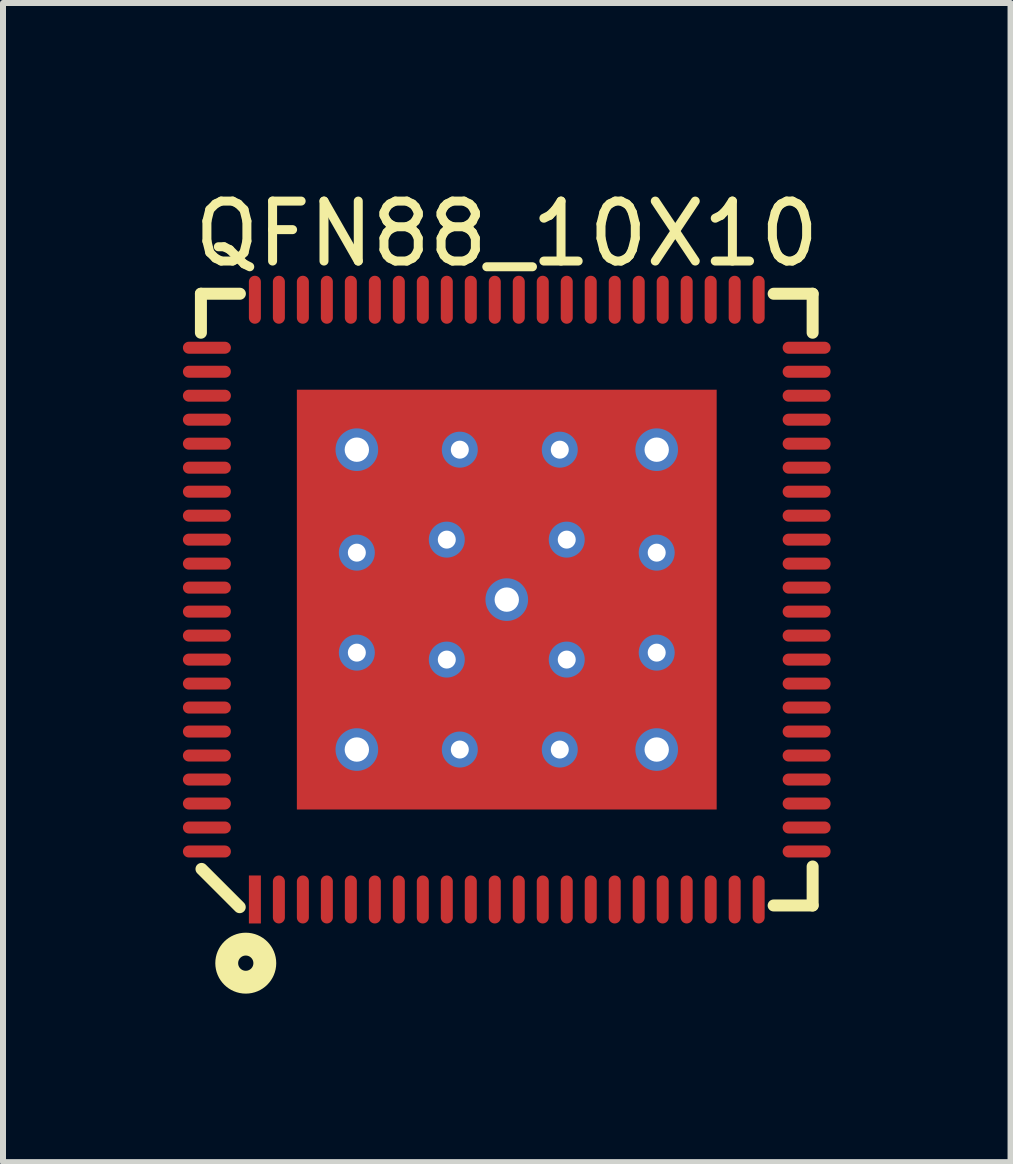
<source format=kicad_pcb>
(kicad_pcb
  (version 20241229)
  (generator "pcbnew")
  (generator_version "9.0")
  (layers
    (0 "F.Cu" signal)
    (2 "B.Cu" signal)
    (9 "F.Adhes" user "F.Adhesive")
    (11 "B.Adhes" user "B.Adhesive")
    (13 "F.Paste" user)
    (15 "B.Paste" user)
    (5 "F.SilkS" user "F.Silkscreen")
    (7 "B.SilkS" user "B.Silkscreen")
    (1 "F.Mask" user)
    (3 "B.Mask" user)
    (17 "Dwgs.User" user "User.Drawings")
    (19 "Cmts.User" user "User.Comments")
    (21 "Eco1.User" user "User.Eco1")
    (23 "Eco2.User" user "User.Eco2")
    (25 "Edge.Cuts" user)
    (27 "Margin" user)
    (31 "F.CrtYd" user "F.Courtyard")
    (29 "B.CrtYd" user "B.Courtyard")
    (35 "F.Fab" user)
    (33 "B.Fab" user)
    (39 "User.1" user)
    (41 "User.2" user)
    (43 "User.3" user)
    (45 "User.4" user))
  (footprint "QFN88_10X10"
    (layer "F.Cu")
    (at 5.4 6.948)
    (property "Reference" "QFN88_10X10" (at -0.000005 -6.1 0) (layer "F.SilkS") (effects (font (size 1 1) (thickness 0.15))))
    (fp_line (start -5.1 -5.1) (end -4.45 -5.1) (stroke (width 0.2) (type solid)) (layer "F.SilkS"))
    (fp_line (start -5.1 -4.45) (end -5.1 -5.1) (stroke (width 0.2) (type solid)) (layer "F.SilkS"))
    (fp_line (start -5.089 4.492) (end -4.454 5.127) (stroke (width 0.203) (type solid)) (layer "F.SilkS"))
    (fp_line (start 4.45 -5.1) (end 5.1 -5.1) (stroke (width 0.2) (type solid)) (layer "F.SilkS"))
    (fp_line (start 4.45 5.1) (end 5.1 5.1) (stroke (width 0.2) (type solid)) (layer "F.SilkS"))
    (fp_line (start 5.1 -4.45) (end 5.1 -5.1) (stroke (width 0.2) (type solid)) (layer "F.SilkS"))
    (fp_line (start 5.1 5.1) (end 5.1 4.45) (stroke (width 0.2) (type solid)) (layer "F.SilkS"))
    (fp_circle (center -4.352 6.062) (end -4.352 5.935) (stroke (width 0.381) (type solid)) (fill no) (layer "F.SilkS"))
    (pad "0" thru_hole circle (at -2.5 -2.5 270) (size 0.711 0.711) (drill 0.406) (layers "*.Cu" "*.Mask"))
    (pad "0" thru_hole circle (at -2.5 -0.783) (size 0.6 0.6) (drill 0.3) (layers "*.Cu"))
    (pad "0" thru_hole circle (at -2.5 0.884) (size 0.6 0.6) (drill 0.3) (layers "*.Cu"))
    (pad "0" thru_hole circle (at -2.5 2.5 270) (size 0.711 0.711) (drill 0.406) (layers "*.Cu" "*.Mask"))
    (pad "0" thru_hole circle (at -1 -1) (size 0.6 0.6) (drill 0.3) (layers "*.Cu"))
    (pad "0" thru_hole circle (at -1 1) (size 0.6 0.6) (drill 0.3) (layers "*.Cu"))
    (pad "0" thru_hole circle (at -0.783 -2.5) (size 0.6 0.6) (drill 0.3) (layers "*.Cu"))
    (pad "0" thru_hole circle (at -0.783 2.5) (size 0.6 0.6) (drill 0.3) (layers "*.Cu"))
    (pad "0" smd rect (at -0.00001 -0.00001 90) (size 7 7) (layers "F.Cu" "F.Mask" "F.Paste"))
    (pad "0" thru_hole circle (at 0 -0.00001 270) (size 0.711 0.711) (drill 0.406) (layers "*.Cu" "*.Mask"))
    (pad "0" thru_hole circle (at 0.884 -2.5) (size 0.6 0.6) (drill 0.3) (layers "*.Cu"))
    (pad "0" thru_hole circle (at 0.884 2.5) (size 0.6 0.6) (drill 0.3) (layers "*.Cu"))
    (pad "0" thru_hole circle (at 1 -1) (size 0.6 0.6) (drill 0.3) (layers "*.Cu"))
    (pad "0" thru_hole circle (at 1 1) (size 0.6 0.6) (drill 0.3) (layers "*.Cu"))
    (pad "0" thru_hole circle (at 2.5 -2.5 270) (size 0.711 0.711) (drill 0.406) (layers "*.Cu" "*.Mask"))
    (pad "0" thru_hole circle (at 2.5 -0.783) (size 0.6 0.6) (drill 0.3) (layers "*.Cu"))
    (pad "0" thru_hole circle (at 2.5 0.884) (size 0.6 0.6) (drill 0.3) (layers "*.Cu"))
    (pad "0" thru_hole circle (at 2.5 2.5 270) (size 0.711 0.711) (drill 0.406) (layers "*.Cu" "*.Mask"))
    (pad "1" smd rect (at -4.2 5 180) (size 0.2 0.8) (layers "F.Cu" "F.Mask" "F.Paste"))
    (pad "2" smd oval (at -3.8 5 180) (size 0.2 0.8) (layers "F.Cu" "F.Mask" "F.Paste"))
    (pad "3" smd oval (at -3.4 5 180) (size 0.2 0.8) (layers "F.Cu" "F.Mask" "F.Paste"))
    (pad "4" smd oval (at -3 5 180) (size 0.2 0.8) (layers "F.Cu" "F.Mask" "F.Paste"))
    (pad "5" smd oval (at -2.6 5 180) (size 0.2 0.8) (layers "F.Cu" "F.Mask" "F.Paste"))
    (pad "6" smd oval (at -2.2 5 180) (size 0.2 0.8) (layers "F.Cu" "F.Mask" "F.Paste"))
    (pad "7" smd oval (at -1.8 5 180) (size 0.2 0.8) (layers "F.Cu" "F.Mask" "F.Paste"))
    (pad "8" smd oval (at -1.4 5 180) (size 0.2 0.8) (layers "F.Cu" "F.Mask" "F.Paste"))
    (pad "9" smd oval (at -1 5 180) (size 0.2 0.8) (layers "F.Cu" "F.Mask" "F.Paste"))
    (pad "10" smd oval (at -0.6 5 180) (size 0.2 0.8) (layers "F.Cu" "F.Mask" "F.Paste"))
    (pad "11" smd oval (at -0.2 5 180) (size 0.2 0.8) (layers "F.Cu" "F.Mask" "F.Paste"))
    (pad "12" smd oval (at 0.2 5 180) (size 0.2 0.8) (layers "F.Cu" "F.Mask" "F.Paste"))
    (pad "13" smd oval (at 0.6 5 180) (size 0.2 0.8) (layers "F.Cu" "F.Mask" "F.Paste"))
    (pad "14" smd oval (at 1 5 180) (size 0.2 0.8) (layers "F.Cu" "F.Mask" "F.Paste"))
    (pad "15" smd oval (at 1.4 5 180) (size 0.2 0.8) (layers "F.Cu" "F.Mask" "F.Paste"))
    (pad "16" smd oval (at 1.8 5 180) (size 0.2 0.8) (layers "F.Cu" "F.Mask" "F.Paste"))
    (pad "17" smd oval (at 2.2 5 180) (size 0.2 0.8) (layers "F.Cu" "F.Mask" "F.Paste"))
    (pad "18" smd oval (at 2.6 5 180) (size 0.2 0.8) (layers "F.Cu" "F.Mask" "F.Paste"))
    (pad "19" smd oval (at 3 5 180) (size 0.2 0.8) (layers "F.Cu" "F.Mask" "F.Paste"))
    (pad "20" smd oval (at 3.4 5 180) (size 0.2 0.8) (layers "F.Cu" "F.Mask" "F.Paste"))
    (pad "21" smd oval (at 3.8 5 180) (size 0.2 0.8) (layers "F.Cu" "F.Mask" "F.Paste"))
    (pad "22" smd oval (at 4.2 5 180) (size 0.2 0.8) (layers "F.Cu" "F.Mask" "F.Paste"))
    (pad "23" smd oval (at 5 4.2 90) (size 0.2 0.8) (layers "F.Cu" "F.Mask" "F.Paste"))
    (pad "24" smd oval (at 5 3.8 90) (size 0.2 0.8) (layers "F.Cu" "F.Mask" "F.Paste"))
    (pad "25" smd oval (at 5 3.4 90) (size 0.2 0.8) (layers "F.Cu" "F.Mask" "F.Paste"))
    (pad "26" smd oval (at 5 3 90) (size 0.2 0.8) (layers "F.Cu" "F.Mask" "F.Paste"))
    (pad "27" smd oval (at 5 2.6 90) (size 0.2 0.8) (layers "F.Cu" "F.Mask" "F.Paste"))
    (pad "28" smd oval (at 5 2.2 90) (size 0.2 0.8) (layers "F.Cu" "F.Mask" "F.Paste"))
    (pad "29" smd oval (at 5 1.8 90) (size 0.2 0.8) (layers "F.Cu" "F.Mask" "F.Paste"))
    (pad "30" smd oval (at 5 1.4 90) (size 0.2 0.8) (layers "F.Cu" "F.Mask" "F.Paste"))
    (pad "31" smd oval (at 5 1 90) (size 0.2 0.8) (layers "F.Cu" "F.Mask" "F.Paste"))
    (pad "32" smd oval (at 5 0.6 90) (size 0.2 0.8) (layers "F.Cu" "F.Mask" "F.Paste"))
    (pad "33" smd oval (at 5 0.2 90) (size 0.2 0.8) (layers "F.Cu" "F.Mask" "F.Paste"))
    (pad "34" smd oval (at 5 -0.2 90) (size 0.2 0.8) (layers "F.Cu" "F.Mask" "F.Paste"))
    (pad "35" smd oval (at 5 -0.6 90) (size 0.2 0.8) (layers "F.Cu" "F.Mask" "F.Paste"))
    (pad "36" smd oval (at 5 -1 90) (size 0.2 0.8) (layers "F.Cu" "F.Mask" "F.Paste"))
    (pad "37" smd oval (at 5 -1.4 90) (size 0.2 0.8) (layers "F.Cu" "F.Mask" "F.Paste"))
    (pad "38" smd oval (at 5 -1.8 90) (size 0.2 0.8) (layers "F.Cu" "F.Mask" "F.Paste"))
    (pad "39" smd oval (at 5 -2.2 90) (size 0.2 0.8) (layers "F.Cu" "F.Mask" "F.Paste"))
    (pad "40" smd oval (at 5 -2.6 90) (size 0.2 0.8) (layers "F.Cu" "F.Mask" "F.Paste"))
    (pad "41" smd oval (at 5 -3 90) (size 0.2 0.8) (layers "F.Cu" "F.Mask" "F.Paste"))
    (pad "42" smd oval (at 5 -3.4 90) (size 0.2 0.8) (layers "F.Cu" "F.Mask" "F.Paste"))
    (pad "43" smd oval (at 5 -3.8 90) (size 0.2 0.8) (layers "F.Cu" "F.Mask" "F.Paste"))
    (pad "44" smd oval (at 5 -4.2 90) (size 0.2 0.8) (layers "F.Cu" "F.Mask" "F.Paste"))
    (pad "45" smd oval (at 4.2 -5 180) (size 0.2 0.8) (layers "F.Cu" "F.Mask" "F.Paste"))
    (pad "46" smd oval (at 3.8 -5 180) (size 0.2 0.8) (layers "F.Cu" "F.Mask" "F.Paste"))
    (pad "47" smd oval (at 3.4 -5 180) (size 0.2 0.8) (layers "F.Cu" "F.Mask" "F.Paste"))
    (pad "48" smd oval (at 3 -5 180) (size 0.2 0.8) (layers "F.Cu" "F.Mask" "F.Paste"))
    (pad "49" smd oval (at 2.6 -5 180) (size 0.2 0.8) (layers "F.Cu" "F.Mask" "F.Paste"))
    (pad "50" smd oval (at 2.2 -5 180) (size 0.2 0.8) (layers "F.Cu" "F.Mask" "F.Paste"))
    (pad "51" smd oval (at 1.8 -5 180) (size 0.2 0.8) (layers "F.Cu" "F.Mask" "F.Paste"))
    (pad "52" smd oval (at 1.4 -5 180) (size 0.2 0.8) (layers "F.Cu" "F.Mask" "F.Paste"))
    (pad "53" smd oval (at 1 -5 180) (size 0.2 0.8) (layers "F.Cu" "F.Mask" "F.Paste"))
    (pad "54" smd oval (at 0.6 -5 180) (size 0.2 0.8) (layers "F.Cu" "F.Mask" "F.Paste"))
    (pad "55" smd oval (at 0.2 -5 180) (size 0.2 0.8) (layers "F.Cu" "F.Mask" "F.Paste"))
    (pad "56" smd oval (at -0.2 -5 180) (size 0.2 0.8) (layers "F.Cu" "F.Mask" "F.Paste"))
    (pad "57" smd oval (at -0.6 -5 180) (size 0.2 0.8) (layers "F.Cu" "F.Mask" "F.Paste"))
    (pad "58" smd oval (at -1 -5 180) (size 0.2 0.8) (layers "F.Cu" "F.Mask" "F.Paste"))
    (pad "59" smd oval (at -1.4 -5 180) (size 0.2 0.8) (layers "F.Cu" "F.Mask" "F.Paste"))
    (pad "60" smd oval (at -1.8 -5 180) (size 0.2 0.8) (layers "F.Cu" "F.Mask" "F.Paste"))
    (pad "61" smd oval (at -2.2 -5 180) (size 0.2 0.8) (layers "F.Cu" "F.Mask" "F.Paste"))
    (pad "62" smd oval (at -2.6 -5 180) (size 0.2 0.8) (layers "F.Cu" "F.Mask" "F.Paste"))
    (pad "63" smd oval (at -3 -5 180) (size 0.2 0.8) (layers "F.Cu" "F.Mask" "F.Paste"))
    (pad "64" smd oval (at -3.4 -5 180) (size 0.2 0.8) (layers "F.Cu" "F.Mask" "F.Paste"))
    (pad "65" smd oval (at -3.8 -5 180) (size 0.2 0.8) (layers "F.Cu" "F.Mask" "F.Paste"))
    (pad "66" smd oval (at -4.2 -5 180) (size 0.2 0.8) (layers "F.Cu" "F.Mask" "F.Paste"))
    (pad "67" smd oval (at -5 -4.2 90) (size 0.2 0.8) (layers "F.Cu" "F.Mask" "F.Paste"))
    (pad "68" smd oval (at -5 -3.8 90) (size 0.2 0.8) (layers "F.Cu" "F.Mask" "F.Paste"))
    (pad "69" smd oval (at -5 -3.4 90) (size 0.2 0.8) (layers "F.Cu" "F.Mask" "F.Paste"))
    (pad "70" smd oval (at -5 -3 90) (size 0.2 0.8) (layers "F.Cu" "F.Mask" "F.Paste"))
    (pad "71" smd oval (at -5 -2.6 90) (size 0.2 0.8) (layers "F.Cu" "F.Mask" "F.Paste"))
    (pad "72" smd oval (at -5 -2.2 90) (size 0.2 0.8) (layers "F.Cu" "F.Mask" "F.Paste"))
    (pad "73" smd oval (at -5 -1.8 90) (size 0.2 0.8) (layers "F.Cu" "F.Mask" "F.Paste"))
    (pad "74" smd oval (at -5 -1.4 90) (size 0.2 0.8) (layers "F.Cu" "F.Mask" "F.Paste"))
    (pad "75" smd oval (at -5 -1 90) (size 0.2 0.8) (layers "F.Cu" "F.Mask" "F.Paste"))
    (pad "76" smd oval (at -5 -0.6 90) (size 0.2 0.8) (layers "F.Cu" "F.Mask" "F.Paste"))
    (pad "77" smd oval (at -5 -0.2 90) (size 0.2 0.8) (layers "F.Cu" "F.Mask" "F.Paste"))
    (pad "78" smd oval (at -5 0.2 90) (size 0.2 0.8) (layers "F.Cu" "F.Mask" "F.Paste"))
    (pad "79" smd oval (at -5 0.6 90) (size 0.2 0.8) (layers "F.Cu" "F.Mask" "F.Paste"))
    (pad "80" smd oval (at -5 1 90) (size 0.2 0.8) (layers "F.Cu" "F.Mask" "F.Paste"))
    (pad "81" smd oval (at -5 1.4 90) (size 0.2 0.8) (layers "F.Cu" "F.Mask" "F.Paste"))
    (pad "82" smd oval (at -5 1.8 90) (size 0.2 0.8) (layers "F.Cu" "F.Mask" "F.Paste"))
    (pad "83" smd oval (at -5 2.2 90) (size 0.2 0.8) (layers "F.Cu" "F.Mask" "F.Paste"))
    (pad "84" smd oval (at -5 2.6 90) (size 0.2 0.8) (layers "F.Cu" "F.Mask" "F.Paste"))
    (pad "85" smd oval (at -5 3 90) (size 0.2 0.8) (layers "F.Cu" "F.Mask" "F.Paste"))
    (pad "86" smd oval (at -5 3.4 90) (size 0.2 0.8) (layers "F.Cu" "F.Mask" "F.Paste"))
    (pad "87" smd oval (at -5 3.8 90) (size 0.2 0.8) (layers "F.Cu" "F.Mask" "F.Paste"))
    (pad "88" smd oval (at -5 4.2 90) (size 0.2 0.8) (layers "F.Cu" "F.Mask" "F.Paste")))
  (gr_rect
    (start -3 -3)
    (end 13.8 16.328)
    (stroke (width 0.1) (type default))
    (fill no)
    (layer "Edge.Cuts")))
</source>
